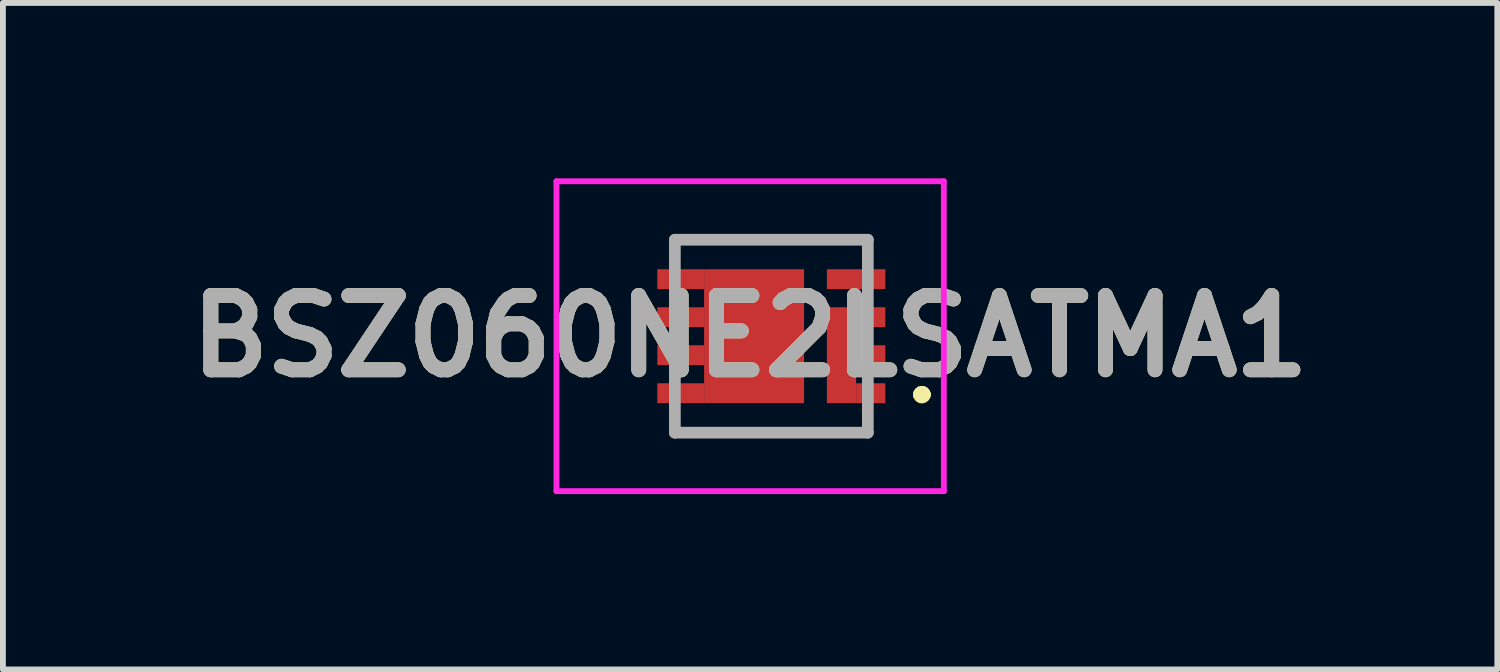
<source format=kicad_pcb>
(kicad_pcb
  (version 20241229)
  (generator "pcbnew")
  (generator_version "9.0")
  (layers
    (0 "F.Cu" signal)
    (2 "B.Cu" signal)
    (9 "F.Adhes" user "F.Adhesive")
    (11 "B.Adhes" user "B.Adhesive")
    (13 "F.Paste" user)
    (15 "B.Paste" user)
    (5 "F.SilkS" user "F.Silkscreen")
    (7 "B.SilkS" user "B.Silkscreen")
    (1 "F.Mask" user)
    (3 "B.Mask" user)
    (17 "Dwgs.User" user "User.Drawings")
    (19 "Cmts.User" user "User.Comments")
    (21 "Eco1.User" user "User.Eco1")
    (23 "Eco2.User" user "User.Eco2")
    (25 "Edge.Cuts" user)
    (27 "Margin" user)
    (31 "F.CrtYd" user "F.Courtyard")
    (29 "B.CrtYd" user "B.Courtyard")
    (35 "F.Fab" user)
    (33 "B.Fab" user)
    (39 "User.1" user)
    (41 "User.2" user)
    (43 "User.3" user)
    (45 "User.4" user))
  (footprint "BSZ060NE2LSATMA1"
    (layer "F.Cu")
    (at 10.167 2.7)
    (property "Reference" "BSZ060NE2LSATMA1" (at -0.388 0 0) (layer "F.SilkS") (effects (font (size 1.27 1.27) (thickness 0.254))))
    (attr smd)
    (fp_line (start 2.5 1) (end 2.5 1) (stroke (width 0.2) (type solid)) (layer "F.SilkS"))
    (fp_line (start 2.6 1) (end 2.6 1) (stroke (width 0.2) (type solid)) (layer "F.SilkS"))
    (fp_line (start 2.6 1) (end 2.6 1) (stroke (width 0.2) (type solid)) (layer "F.SilkS"))
    (fp_arc (start 2.5 1) (mid 2.55 0.95) (end 2.6 1) (stroke (width 0.2) (type solid)) (layer "F.SilkS"))
    (fp_arc (start 2.5 1) (mid 2.55 0.95) (end 2.6 1) (stroke (width 0.2) (type solid)) (layer "F.SilkS"))
    (fp_arc (start 2.6 1) (mid 2.55 1.05) (end 2.5 1) (stroke (width 0.2) (type solid)) (layer "F.SilkS"))
    (fp_line (start -3.7 -2.65) (end 2.925 -2.65) (stroke (width 0.1) (type solid)) (layer "F.CrtYd"))
    (fp_line (start -3.7 2.65) (end -3.7 -2.65) (stroke (width 0.1) (type solid)) (layer "F.CrtYd"))
    (fp_line (start 2.925 -2.65) (end 2.925 2.65) (stroke (width 0.1) (type solid)) (layer "F.CrtYd"))
    (fp_line (start 2.925 2.65) (end -3.7 2.65) (stroke (width 0.1) (type solid)) (layer "F.CrtYd"))
    (fp_line (start -1.675 -1.65) (end -1.675 1.65) (stroke (width 0.2) (type solid)) (layer "F.Fab"))
    (fp_line (start -1.675 1.65) (end 1.625 1.65) (stroke (width 0.2) (type solid)) (layer "F.Fab"))
    (fp_line (start 1.625 -1.65) (end -1.675 -1.65) (stroke (width 0.2) (type solid)) (layer "F.Fab"))
    (fp_line (start 1.625 1.65) (end 1.625 -1.65) (stroke (width 0.2) (type solid)) (layer "F.Fab"))
    (fp_text user "${REFERENCE}" (at -0.388 0 0) (layer "F.Fab") (effects (font (size 1.27 1.27) (thickness 0.254))))
    (pad "1" smd rect (at 1.675 0.975 90) (size 0.34 0.5) (layers "F.Cu" "F.Mask" "F.Paste"))
    (pad "2" smd rect (at 1.675 0.325 90) (size 0.34 0.5) (layers "F.Cu" "F.Mask" "F.Paste"))
    (pad "3" smd rect (at 1.675 -0.325 90) (size 0.34 0.5) (layers "F.Cu" "F.Mask" "F.Paste"))
    (pad "4" smd rect (at 1.425 -0.975 90) (size 0.34 1) (layers "F.Cu" "F.Mask" "F.Paste"))
    (pad "5" smd rect (at -1.575 -0.975 90) (size 0.34 0.8) (layers "F.Cu" "F.Mask" "F.Paste"))
    (pad "6" smd rect (at -1.575 -0.325 90) (size 0.34 0.8) (layers "F.Cu" "F.Mask" "F.Paste"))
    (pad "7" smd rect (at -1.575 0.325 90) (size 0.34 0.8) (layers "F.Cu" "F.Mask" "F.Paste"))
    (pad "8" smd rect (at -1.575 0.975 90) (size 0.34 0.8) (layers "F.Cu" "F.Mask" "F.Paste"))
    (pad "9" smd rect (at -0.32 0) (size 1.71 2.29) (layers "F.Cu" "F.Mask" "F.Paste"))
    (pad "10" smd rect (at 1.175 0.325) (size 0.5 1.64) (layers "F.Cu" "F.Mask" "F.Paste")))
  (gr_rect
    (start -3 -3)
    (end 22.558 8.4)
    (stroke (width 0.1) (type default))
    (fill no)
    (layer "Edge.Cuts")))
</source>
